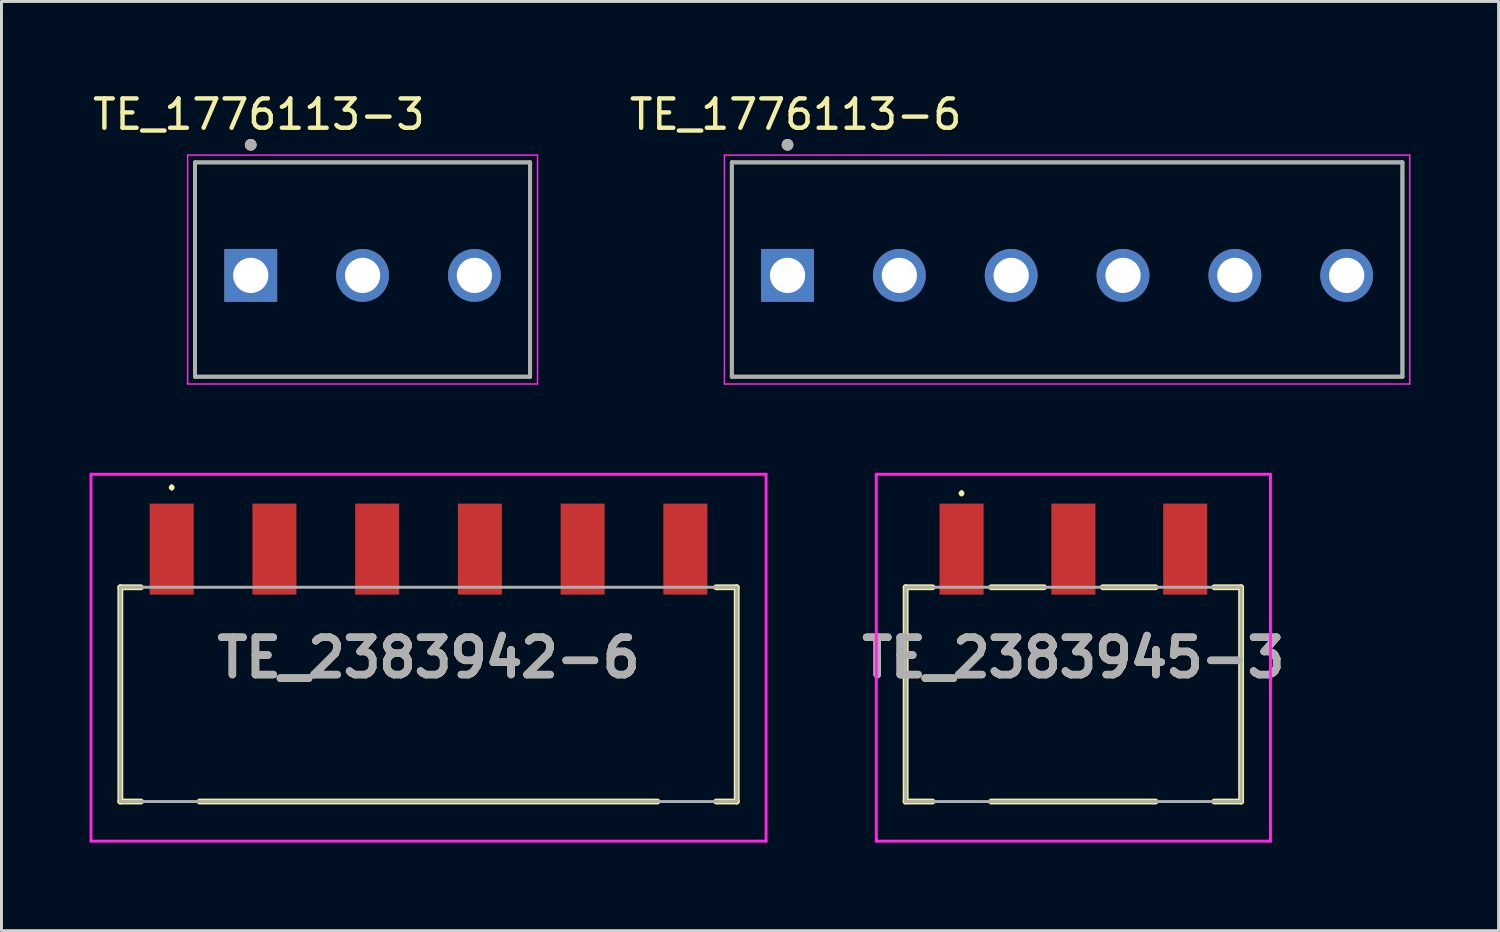
<source format=kicad_pcb>
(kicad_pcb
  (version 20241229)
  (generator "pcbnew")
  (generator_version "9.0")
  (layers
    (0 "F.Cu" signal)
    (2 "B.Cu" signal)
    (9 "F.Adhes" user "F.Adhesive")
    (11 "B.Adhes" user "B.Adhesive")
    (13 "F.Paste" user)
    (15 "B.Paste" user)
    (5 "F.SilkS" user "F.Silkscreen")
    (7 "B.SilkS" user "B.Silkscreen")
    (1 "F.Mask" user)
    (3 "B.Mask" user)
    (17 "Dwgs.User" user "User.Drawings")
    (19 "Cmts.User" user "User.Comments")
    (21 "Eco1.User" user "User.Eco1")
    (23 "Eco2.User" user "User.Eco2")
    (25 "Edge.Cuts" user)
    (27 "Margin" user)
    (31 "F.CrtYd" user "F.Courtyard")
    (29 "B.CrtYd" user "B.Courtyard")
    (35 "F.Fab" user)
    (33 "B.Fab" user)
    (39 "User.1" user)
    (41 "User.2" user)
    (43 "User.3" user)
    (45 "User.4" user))
  (footprint "TE_1776113-6"
    (layer "F.Cu")
    (at 33.306 6.333)
    (property "Reference" "TE_1776113-6" (at -9.25 -5.485 0) (layer "F.SilkS") (effects (font (size 1 1) (thickness 0.15))))
    (attr through_hole)
    (fp_line (start -11.425 -3.85) (end 11.425 -3.85) (stroke (width 0.127) (type solid)) (layer "F.SilkS"))
    (fp_line (start -11.425 3.45) (end -11.425 -3.85) (stroke (width 0.127) (type solid)) (layer "F.SilkS"))
    (fp_line (start 11.425 -3.85) (end 11.425 3.45) (stroke (width 0.127) (type solid)) (layer "F.SilkS"))
    (fp_line (start 11.425 3.45) (end -11.425 3.45) (stroke (width 0.127) (type solid)) (layer "F.SilkS"))
    (fp_circle (center -9.525 -4.45) (end -9.425 -4.45) (stroke (width 0.2) (type solid)) (fill no) (layer "F.SilkS"))
    (fp_line (start -11.675 -4.1) (end 11.675 -4.1) (stroke (width 0.05) (type solid)) (layer "F.CrtYd"))
    (fp_line (start -11.675 3.7) (end -11.675 -4.1) (stroke (width 0.05) (type solid)) (layer "F.CrtYd"))
    (fp_line (start 11.675 -4.1) (end 11.675 3.7) (stroke (width 0.05) (type solid)) (layer "F.CrtYd"))
    (fp_line (start 11.675 3.7) (end -11.675 3.7) (stroke (width 0.05) (type solid)) (layer "F.CrtYd"))
    (fp_line (start -11.425 -3.85) (end 11.425 -3.85) (stroke (width 0.127) (type solid)) (layer "F.Fab"))
    (fp_line (start -11.425 3.45) (end -11.425 -3.85) (stroke (width 0.127) (type solid)) (layer "F.Fab"))
    (fp_line (start 11.425 -3.85) (end 11.425 3.45) (stroke (width 0.127) (type solid)) (layer "F.Fab"))
    (fp_line (start 11.425 3.45) (end -11.425 3.45) (stroke (width 0.127) (type solid)) (layer "F.Fab"))
    (fp_circle (center -9.525 -4.45) (end -9.425 -4.45) (stroke (width 0.2) (type solid)) (fill no) (layer "F.Fab"))
    (pad "1" thru_hole rect (at -9.525 0) (size 1.8 1.8) (drill 1.2) (layers "*.Cu" "*.Mask"))
    (pad "2" thru_hole circle (at -5.715 0) (size 1.8 1.8) (drill 1.2) (layers "*.Cu" "*.Mask"))
    (pad "3" thru_hole circle (at -1.905 0) (size 1.8 1.8) (drill 1.2) (layers "*.Cu" "*.Mask"))
    (pad "4" thru_hole circle (at 1.905 0) (size 1.8 1.8) (drill 1.2) (layers "*.Cu" "*.Mask"))
    (pad "5" thru_hole circle (at 5.715 0) (size 1.8 1.8) (drill 1.2) (layers "*.Cu" "*.Mask"))
    (pad "6" thru_hole circle (at 9.525 0) (size 1.8 1.8) (drill 1.2) (layers "*.Cu" "*.Mask")))
  (footprint "TE_2383942-6"
    (layer "F.Cu")
    (at 11.55 20.608)
    (property "Reference" "TE_2383942-6" (at 0 -1.25 0) (layer "F.SilkS") (effects (font (size 1.27 1.27) (thickness 0.254))))
    (attr through_hole)
    (fp_line (start -10.5 -3.65) (end -10.5 3.65) (stroke (width 0.2) (type solid)) (layer "F.SilkS"))
    (fp_line (start -10.5 3.65) (end -9.8 3.65) (stroke (width 0.2) (type solid)) (layer "F.SilkS"))
    (fp_line (start -9.8 -3.65) (end -10.5 -3.65) (stroke (width 0.2) (type solid)) (layer "F.SilkS"))
    (fp_line (start -8.75 -7.1) (end -8.75 -7.1) (stroke (width 0.1) (type solid)) (layer "F.SilkS"))
    (fp_line (start -8.75 -7) (end -8.75 -7) (stroke (width 0.1) (type solid)) (layer "F.SilkS"))
    (fp_line (start -7.8 3.65) (end 7.8 3.65) (stroke (width 0.2) (type solid)) (layer "F.SilkS"))
    (fp_line (start 9.8 3.65) (end 10.5 3.65) (stroke (width 0.2) (type solid)) (layer "F.SilkS"))
    (fp_line (start 10.5 -3.65) (end 9.8 -3.65) (stroke (width 0.2) (type solid)) (layer "F.SilkS"))
    (fp_line (start 10.5 3.65) (end 10.5 -3.65) (stroke (width 0.2) (type solid)) (layer "F.SilkS"))
    (fp_arc (start -8.75 -7.1) (mid -8.7 -7.05) (end -8.75 -7) (stroke (width 0.1) (type solid)) (layer "F.SilkS"))
    (fp_arc (start -8.75 -7) (mid -8.8 -7.05) (end -8.75 -7.1) (stroke (width 0.1) (type solid)) (layer "F.SilkS"))
    (fp_line (start -11.5 -7.5) (end 11.5 -7.5) (stroke (width 0.1) (type solid)) (layer "F.CrtYd"))
    (fp_line (start -11.5 5) (end -11.5 -7.5) (stroke (width 0.1) (type solid)) (layer "F.CrtYd"))
    (fp_line (start 11.5 -7.5) (end 11.5 5) (stroke (width 0.1) (type solid)) (layer "F.CrtYd"))
    (fp_line (start 11.5 5) (end -11.5 5) (stroke (width 0.1) (type solid)) (layer "F.CrtYd"))
    (fp_line (start -10.5 -3.65) (end -10.5 3.65) (stroke (width 0.1) (type solid)) (layer "F.Fab"))
    (fp_line (start -10.5 3.65) (end 10.5 3.65) (stroke (width 0.1) (type solid)) (layer "F.Fab"))
    (fp_line (start 10.5 -3.65) (end -10.5 -3.65) (stroke (width 0.1) (type solid)) (layer "F.Fab"))
    (fp_line (start 10.5 3.65) (end 10.5 -3.65) (stroke (width 0.1) (type solid)) (layer "F.Fab"))
    (fp_text user "${REFERENCE}" (at 0 -1.25 0) (layer "F.Fab") (effects (font (size 1.27 1.27) (thickness 0.254))))
    (pad "" np_thru_hole circle (at -8.75 3.3) (size 0.001 0.001) (drill 1.4) (layers "*.Cu" "*.Mask"))
    (pad "" np_thru_hole circle (at 8.75 3.3) (size 0.001 0.001) (drill 1.4) (layers "*.Cu" "*.Mask"))
    (pad "1" smd rect (at -8.75 -4.95) (size 1.5 3.1) (layers "F.Cu" "F.Mask" "F.Paste"))
    (pad "2" smd rect (at -5.25 -4.95) (size 1.5 3.1) (layers "F.Cu" "F.Mask" "F.Paste"))
    (pad "3" smd rect (at -1.75 -4.95) (size 1.5 3.1) (layers "F.Cu" "F.Mask" "F.Paste"))
    (pad "4" smd rect (at 1.75 -4.95) (size 1.5 3.1) (layers "F.Cu" "F.Mask" "F.Paste"))
    (pad "5" smd rect (at 5.25 -4.95) (size 1.5 3.1) (layers "F.Cu" "F.Mask" "F.Paste"))
    (pad "6" smd rect (at 8.75 -4.95) (size 1.5 3.1) (layers "F.Cu" "F.Mask" "F.Paste")))
  (footprint "TE_1776113-3"
    (layer "F.Cu")
    (at 9.303 6.333)
    (property "Reference" "TE_1776113-3" (at -3.535 -5.485 0) (layer "F.SilkS") (effects (font (size 1 1) (thickness 0.15))))
    (attr through_hole)
    (fp_line (start -5.71 -3.85) (end 5.71 -3.85) (stroke (width 0.127) (type solid)) (layer "F.SilkS"))
    (fp_line (start -5.71 3.45) (end -5.71 -3.85) (stroke (width 0.127) (type solid)) (layer "F.SilkS"))
    (fp_line (start 5.71 -3.85) (end 5.71 3.45) (stroke (width 0.127) (type solid)) (layer "F.SilkS"))
    (fp_line (start 5.71 3.45) (end -5.71 3.45) (stroke (width 0.127) (type solid)) (layer "F.SilkS"))
    (fp_circle (center -3.81 -4.45) (end -3.71 -4.45) (stroke (width 0.2) (type solid)) (fill no) (layer "F.SilkS"))
    (fp_line (start -5.96 -4.1) (end 5.96 -4.1) (stroke (width 0.05) (type solid)) (layer "F.CrtYd"))
    (fp_line (start -5.96 3.7) (end -5.96 -4.1) (stroke (width 0.05) (type solid)) (layer "F.CrtYd"))
    (fp_line (start 5.96 -4.1) (end 5.96 3.7) (stroke (width 0.05) (type solid)) (layer "F.CrtYd"))
    (fp_line (start 5.96 3.7) (end -5.96 3.7) (stroke (width 0.05) (type solid)) (layer "F.CrtYd"))
    (fp_line (start -5.71 -3.85) (end 5.71 -3.85) (stroke (width 0.127) (type solid)) (layer "F.Fab"))
    (fp_line (start -5.71 3.45) (end -5.71 -3.85) (stroke (width 0.127) (type solid)) (layer "F.Fab"))
    (fp_line (start 5.71 -3.85) (end 5.71 3.45) (stroke (width 0.127) (type solid)) (layer "F.Fab"))
    (fp_line (start 5.71 3.45) (end -5.71 3.45) (stroke (width 0.127) (type solid)) (layer "F.Fab"))
    (fp_circle (center -3.81 -4.45) (end -3.71 -4.45) (stroke (width 0.2) (type solid)) (fill no) (layer "F.Fab"))
    (pad "1" thru_hole rect (at -3.81 0) (size 1.8 1.8) (drill 1.2) (layers "*.Cu" "*.Mask"))
    (pad "2" thru_hole circle (at 0 0) (size 1.8 1.8) (drill 1.2) (layers "*.Cu" "*.Mask"))
    (pad "3" thru_hole circle (at 3.81 0) (size 1.8 1.8) (drill 1.2) (layers "*.Cu" "*.Mask")))
  (footprint "TE_2383945-3"
    (layer "F.Cu")
    (at 33.52 20.608)
    (property "Reference" "TE_2383945-3" (at 0 -1.25 0) (layer "F.SilkS") (effects (font (size 1.27 1.27) (thickness 0.254))))
    (attr through_hole)
    (fp_line (start -5.715 -3.65) (end -5.715 3.65) (stroke (width 0.2) (type solid)) (layer "F.SilkS"))
    (fp_line (start -5.715 3.65) (end -4.8 3.65) (stroke (width 0.2) (type solid)) (layer "F.SilkS"))
    (fp_line (start -4.8 -3.65) (end -5.715 -3.65) (stroke (width 0.2) (type solid)) (layer "F.SilkS"))
    (fp_line (start -3.81 -6.9) (end -3.81 -6.9) (stroke (width 0.1) (type solid)) (layer "F.SilkS"))
    (fp_line (start -3.81 -6.8) (end -3.81 -6.8) (stroke (width 0.1) (type solid)) (layer "F.SilkS"))
    (fp_line (start -2.8 3.65) (end 2.8 3.65) (stroke (width 0.2) (type solid)) (layer "F.SilkS"))
    (fp_line (start -1 -3.65) (end -2.8 -3.65) (stroke (width 0.2) (type solid)) (layer "F.SilkS"))
    (fp_line (start 2.8 -3.65) (end 1 -3.65) (stroke (width 0.2) (type solid)) (layer "F.SilkS"))
    (fp_line (start 4.8 3.65) (end 5.715 3.65) (stroke (width 0.2) (type solid)) (layer "F.SilkS"))
    (fp_line (start 5.715 -3.65) (end 4.8 -3.65) (stroke (width 0.2) (type solid)) (layer "F.SilkS"))
    (fp_line (start 5.715 3.65) (end 5.715 -3.65) (stroke (width 0.2) (type solid)) (layer "F.SilkS"))
    (fp_arc (start -3.81 -6.9) (mid -3.76 -6.85) (end -3.81 -6.8) (stroke (width 0.1) (type solid)) (layer "F.SilkS"))
    (fp_arc (start -3.81 -6.8) (mid -3.86 -6.85) (end -3.81 -6.9) (stroke (width 0.1) (type solid)) (layer "F.SilkS"))
    (fp_line (start -6.715 -7.5) (end 6.715 -7.5) (stroke (width 0.1) (type solid)) (layer "F.CrtYd"))
    (fp_line (start -6.715 5) (end -6.715 -7.5) (stroke (width 0.1) (type solid)) (layer "F.CrtYd"))
    (fp_line (start 6.715 -7.5) (end 6.715 5) (stroke (width 0.1) (type solid)) (layer "F.CrtYd"))
    (fp_line (start 6.715 5) (end -6.715 5) (stroke (width 0.1) (type solid)) (layer "F.CrtYd"))
    (fp_line (start -5.715 -3.65) (end 5.715 -3.65) (stroke (width 0.1) (type solid)) (layer "F.Fab"))
    (fp_line (start -5.715 3.65) (end -5.715 -3.65) (stroke (width 0.1) (type solid)) (layer "F.Fab"))
    (fp_line (start 5.715 -3.65) (end 5.715 3.65) (stroke (width 0.1) (type solid)) (layer "F.Fab"))
    (fp_line (start 5.715 3.65) (end -5.715 3.65) (stroke (width 0.1) (type solid)) (layer "F.Fab"))
    (fp_text user "${REFERENCE}" (at 0 -1.25 0) (layer "F.Fab") (effects (font (size 1.27 1.27) (thickness 0.254))))
    (pad "" np_thru_hole circle (at -3.81 3.3) (size 0.001 0.001) (drill 1.4) (layers "*.Cu" "*.Mask"))
    (pad "" np_thru_hole circle (at 3.81 3.3) (size 0.001 0.001) (drill 1.4) (layers "*.Cu" "*.Mask"))
    (pad "1" smd rect (at -3.81 -4.95) (size 1.5 3.1) (layers "F.Cu" "F.Mask" "F.Paste"))
    (pad "2" smd rect (at 0 -4.95) (size 1.5 3.1) (layers "F.Cu" "F.Mask" "F.Paste"))
    (pad "3" smd rect (at 3.81 -4.95) (size 1.5 3.1) (layers "F.Cu" "F.Mask" "F.Paste")))
  (gr_rect
    (start -3 -3)
    (end 48.006 28.658)
    (stroke (width 0.1) (type default))
    (fill no)
    (layer "Edge.Cuts")))
</source>
